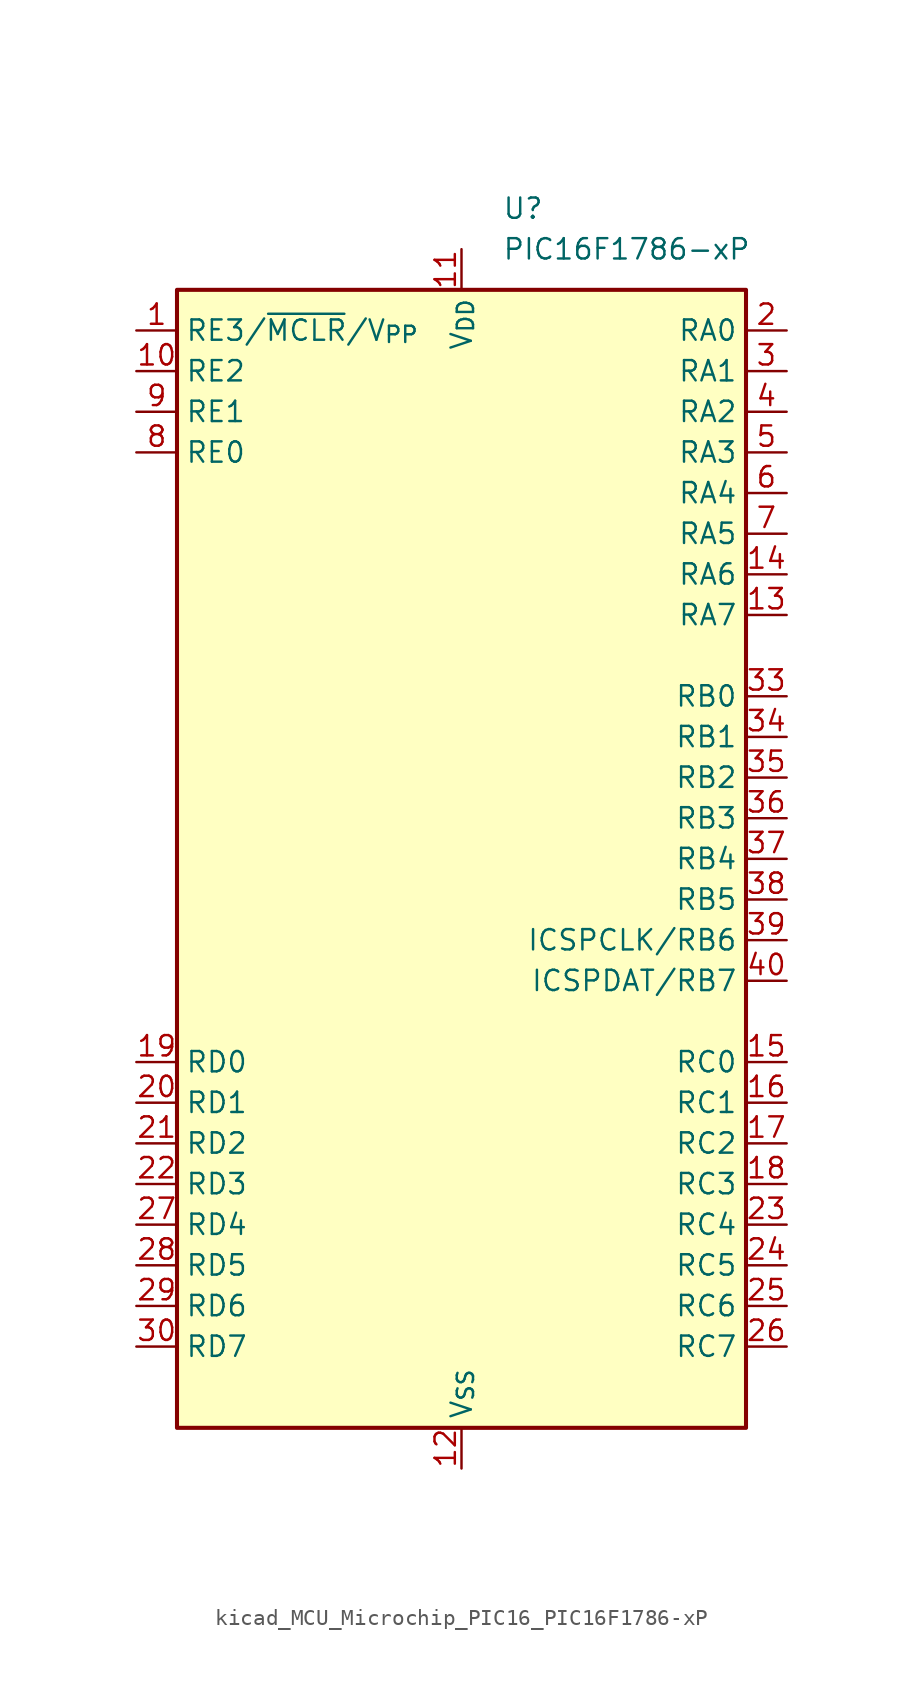
<source format=kicad_sym>
(kicad_symbol_lib
  (version 20220914)
  (generator kicad_symbol_editor)
  (symbol "kicad_MCU_Microchip_PIC16_PIC16F1786-xP"
    (property "Reference" "U"
      (at 2.54 40.64 0)
      (effects (font (size 1.27 1.27)) (justify left)))
    (property "Value" "PIC16F1786-xP"
      (at 2.54 38.1 0)
      (effects (font (size 1.27 1.27)) (justify left)))
    (symbol "kicad_MCU_Microchip_PIC16_PIC16F1786-xP_0_1"
      (rectangle (start -17.78 35.56) (end 17.78 -35.56) (stroke (width 0.254) (type default)) (fill (type background))))
    (symbol "kicad_MCU_Microchip_PIC16_PIC16F1786-xP_1_1"
      (pin input line (at -20.32 33.02 0) (length 2.54) (name "RE3/~{MCLR}/V_{PP}" (effects (font (size 1.27 1.27)))) (number "1" (effects (font (size 1.27 1.27)))))
      (pin bidirectional line (at -20.32 30.48 0) (length 2.54) (name "RE2" (effects (font (size 1.27 1.27)))) (number "10" (effects (font (size 1.27 1.27)))))
      (pin power_in line (at 0 38.1 270) (length 2.54) (name "V_{DD}" (effects (font (size 1.27 1.27)))) (number "11" (effects (font (size 1.27 1.27)))))
      (pin power_in line (at 0 -38.1 90) (length 2.54) (name "V_{SS}" (effects (font (size 1.27 1.27)))) (number "12" (effects (font (size 1.27 1.27)))))
      (pin bidirectional line (at 20.32 15.24 180) (length 2.54) (name "RA7" (effects (font (size 1.27 1.27)))) (number "13" (effects (font (size 1.27 1.27)))))
      (pin bidirectional line (at 20.32 17.78 180) (length 2.54) (name "RA6" (effects (font (size 1.27 1.27)))) (number "14" (effects (font (size 1.27 1.27)))))
      (pin bidirectional line (at 20.32 -12.7 180) (length 2.54) (name "RC0" (effects (font (size 1.27 1.27)))) (number "15" (effects (font (size 1.27 1.27)))))
      (pin bidirectional line (at 20.32 -15.24 180) (length 2.54) (name "RC1" (effects (font (size 1.27 1.27)))) (number "16" (effects (font (size 1.27 1.27)))))
      (pin bidirectional line (at 20.32 -17.78 180) (length 2.54) (name "RC2" (effects (font (size 1.27 1.27)))) (number "17" (effects (font (size 1.27 1.27)))))
      (pin bidirectional line (at 20.32 -20.32 180) (length 2.54) (name "RC3" (effects (font (size 1.27 1.27)))) (number "18" (effects (font (size 1.27 1.27)))))
      (pin bidirectional line (at -20.32 -12.7 0) (length 2.54) (name "RD0" (effects (font (size 1.27 1.27)))) (number "19" (effects (font (size 1.27 1.27)))))
      (pin bidirectional line (at 20.32 33.02 180) (length 2.54) (name "RA0" (effects (font (size 1.27 1.27)))) (number "2" (effects (font (size 1.27 1.27)))))
      (pin bidirectional line (at -20.32 -15.24 0) (length 2.54) (name "RD1" (effects (font (size 1.27 1.27)))) (number "20" (effects (font (size 1.27 1.27)))))
      (pin bidirectional line (at -20.32 -17.78 0) (length 2.54) (name "RD2" (effects (font (size 1.27 1.27)))) (number "21" (effects (font (size 1.27 1.27)))))
      (pin bidirectional line (at -20.32 -20.32 0) (length 2.54) (name "RD3" (effects (font (size 1.27 1.27)))) (number "22" (effects (font (size 1.27 1.27)))))
      (pin bidirectional line (at 20.32 -22.86 180) (length 2.54) (name "RC4" (effects (font (size 1.27 1.27)))) (number "23" (effects (font (size 1.27 1.27)))))
      (pin bidirectional line (at 20.32 -25.4 180) (length 2.54) (name "RC5" (effects (font (size 1.27 1.27)))) (number "24" (effects (font (size 1.27 1.27)))))
      (pin bidirectional line (at 20.32 -27.94 180) (length 2.54) (name "RC6" (effects (font (size 1.27 1.27)))) (number "25" (effects (font (size 1.27 1.27)))))
      (pin bidirectional line (at 20.32 -30.48 180) (length 2.54) (name "RC7" (effects (font (size 1.27 1.27)))) (number "26" (effects (font (size 1.27 1.27)))))
      (pin bidirectional line (at -20.32 -22.86 0) (length 2.54) (name "RD4" (effects (font (size 1.27 1.27)))) (number "27" (effects (font (size 1.27 1.27)))))
      (pin bidirectional line (at -20.32 -25.4 0) (length 2.54) (name "RD5" (effects (font (size 1.27 1.27)))) (number "28" (effects (font (size 1.27 1.27)))))
      (pin bidirectional line (at -20.32 -27.94 0) (length 2.54) (name "RD6" (effects (font (size 1.27 1.27)))) (number "29" (effects (font (size 1.27 1.27)))))
      (pin bidirectional line (at 20.32 30.48 180) (length 2.54) (name "RA1" (effects (font (size 1.27 1.27)))) (number "3" (effects (font (size 1.27 1.27)))))
      (pin bidirectional line (at -20.32 -30.48 0) (length 2.54) (name "RD7" (effects (font (size 1.27 1.27)))) (number "30" (effects (font (size 1.27 1.27)))))
      (pin passive line (at 0 -38.1 90) (length 2.54) hide (name "V_{SS}" (effects (font (size 1.27 1.27)))) (number "31" (effects (font (size 1.27 1.27)))))
      (pin passive line (at 0 38.1 270) (length 2.54) hide (name "V_{DD}" (effects (font (size 1.27 1.27)))) (number "32" (effects (font (size 1.27 1.27)))))
      (pin bidirectional line (at 20.32 10.16 180) (length 2.54) (name "RB0" (effects (font (size 1.27 1.27)))) (number "33" (effects (font (size 1.27 1.27)))))
      (pin bidirectional line (at 20.32 7.62 180) (length 2.54) (name "RB1" (effects (font (size 1.27 1.27)))) (number "34" (effects (font (size 1.27 1.27)))))
      (pin bidirectional line (at 20.32 5.08 180) (length 2.54) (name "RB2" (effects (font (size 1.27 1.27)))) (number "35" (effects (font (size 1.27 1.27)))))
      (pin bidirectional line (at 20.32 2.54 180) (length 2.54) (name "RB3" (effects (font (size 1.27 1.27)))) (number "36" (effects (font (size 1.27 1.27)))))
      (pin bidirectional line (at 20.32 0 180) (length 2.54) (name "RB4" (effects (font (size 1.27 1.27)))) (number "37" (effects (font (size 1.27 1.27)))))
      (pin bidirectional line (at 20.32 -2.54 180) (length 2.54) (name "RB5" (effects (font (size 1.27 1.27)))) (number "38" (effects (font (size 1.27 1.27)))))
      (pin bidirectional line (at 20.32 -5.08 180) (length 2.54) (name "ICSPCLK/RB6" (effects (font (size 1.27 1.27)))) (number "39" (effects (font (size 1.27 1.27)))))
      (pin bidirectional line (at 20.32 27.94 180) (length 2.54) (name "RA2" (effects (font (size 1.27 1.27)))) (number "4" (effects (font (size 1.27 1.27)))))
      (pin bidirectional line (at 20.32 -7.62 180) (length 2.54) (name "ICSPDAT/RB7" (effects (font (size 1.27 1.27)))) (number "40" (effects (font (size 1.27 1.27)))))
      (pin bidirectional line (at 20.32 25.4 180) (length 2.54) (name "RA3" (effects (font (size 1.27 1.27)))) (number "5" (effects (font (size 1.27 1.27)))))
      (pin bidirectional line (at 20.32 22.86 180) (length 2.54) (name "RA4" (effects (font (size 1.27 1.27)))) (number "6" (effects (font (size 1.27 1.27)))))
      (pin bidirectional line (at 20.32 20.32 180) (length 2.54) (name "RA5" (effects (font (size 1.27 1.27)))) (number "7" (effects (font (size 1.27 1.27)))))
      (pin bidirectional line (at -20.32 25.4 0) (length 2.54) (name "RE0" (effects (font (size 1.27 1.27)))) (number "8" (effects (font (size 1.27 1.27)))))
      (pin bidirectional line (at -20.32 27.94 0) (length 2.54) (name "RE1" (effects (font (size 1.27 1.27)))) (number "9" (effects (font (size 1.27 1.27))))))))
</source>
